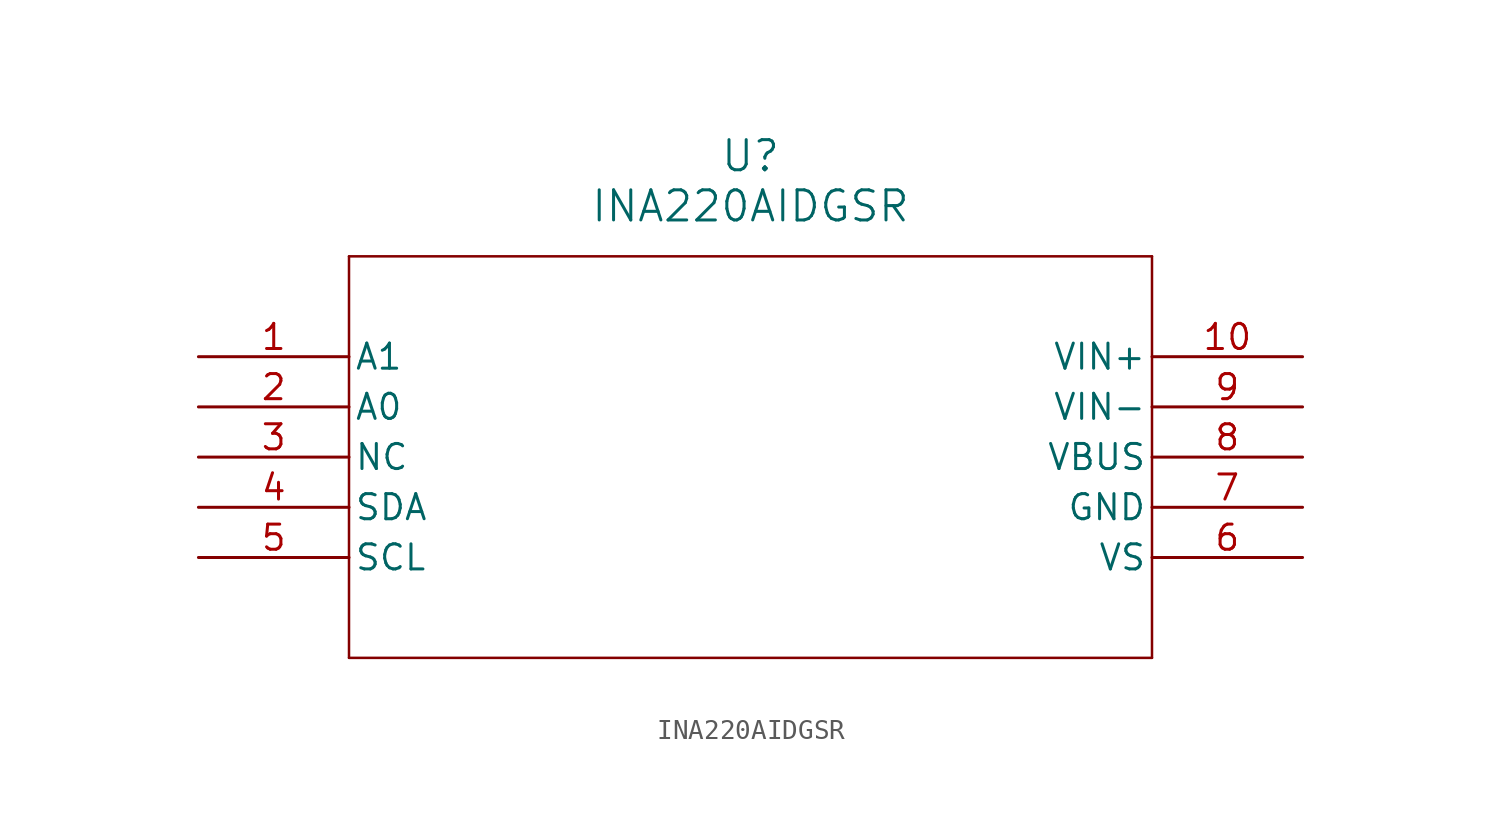
<source format=kicad_sym>
(kicad_symbol_lib
  (version 20211014)
  (generator kicad_symbol_editor)
  (symbol "INA220AIDGSR"
    (pin_names
      (offset 0.254))
    (property "Reference" "U"
      (at 27.94 10.16 0)
      (effects (font (size 1.524 1.524))))
    (property "Value" "INA220AIDGSR"
      (at 27.94 7.62 0)
      (effects (font (size 1.524 1.524))))
    (symbol "INA220AIDGSR_0_1"
      (polyline (pts (xy 7.62 5.08) (xy 7.62 -15.24)) (stroke (width 0.127) (type default) (color 0 0 0 0)) (fill (type none)))
      (polyline (pts (xy 7.62 -15.24) (xy 48.26 -15.24)) (stroke (width 0.127) (type default) (color 0 0 0 0)) (fill (type none)))
      (polyline (pts (xy 48.26 -15.24) (xy 48.26 5.08)) (stroke (width 0.127) (type default) (color 0 0 0 0)) (fill (type none)))
      (polyline (pts (xy 48.26 5.08) (xy 7.62 5.08)) (stroke (width 0.127) (type default) (color 0 0 0 0)) (fill (type none)))
      (pin unspecified line (at 0 0 0) (length 7.62) (name "A1" (effects (font (size 1.27 1.27)))) (number "1" (effects (font (size 1.27 1.27)))))
      (pin unspecified line (at 0 -2.54 0) (length 7.62) (name "A0" (effects (font (size 1.27 1.27)))) (number "2" (effects (font (size 1.27 1.27)))))
      (pin unspecified line (at 0 -5.08 0) (length 7.62) (name "NC" (effects (font (size 1.27 1.27)))) (number "3" (effects (font (size 1.27 1.27)))))
      (pin unspecified line (at 0 -7.62 0) (length 7.62) (name "SDA" (effects (font (size 1.27 1.27)))) (number "4" (effects (font (size 1.27 1.27)))))
      (pin unspecified line (at 0 -10.16 0) (length 7.62) (name "SCL" (effects (font (size 1.27 1.27)))) (number "5" (effects (font (size 1.27 1.27)))))
      (pin power_in line (at 55.88 -10.16 180) (length 7.62) (name "VS" (effects (font (size 1.27 1.27)))) (number "6" (effects (font (size 1.27 1.27)))))
      (pin power_in line (at 55.88 -7.62 180) (length 7.62) (name "GND" (effects (font (size 1.27 1.27)))) (number "7" (effects (font (size 1.27 1.27)))))
      (pin input line (at 55.88 -5.08 180) (length 7.62) (name "VBUS" (effects (font (size 1.27 1.27)))) (number "8" (effects (font (size 1.27 1.27)))))
      (pin input line (at 55.88 -2.54 180) (length 7.62) (name "VIN-" (effects (font (size 1.27 1.27)))) (number "9" (effects (font (size 1.27 1.27)))))
      (pin input line (at 55.88 0 180) (length 7.62) (name "VIN+" (effects (font (size 1.27 1.27)))) (number "10" (effects (font (size 1.27 1.27))))))))
</source>
